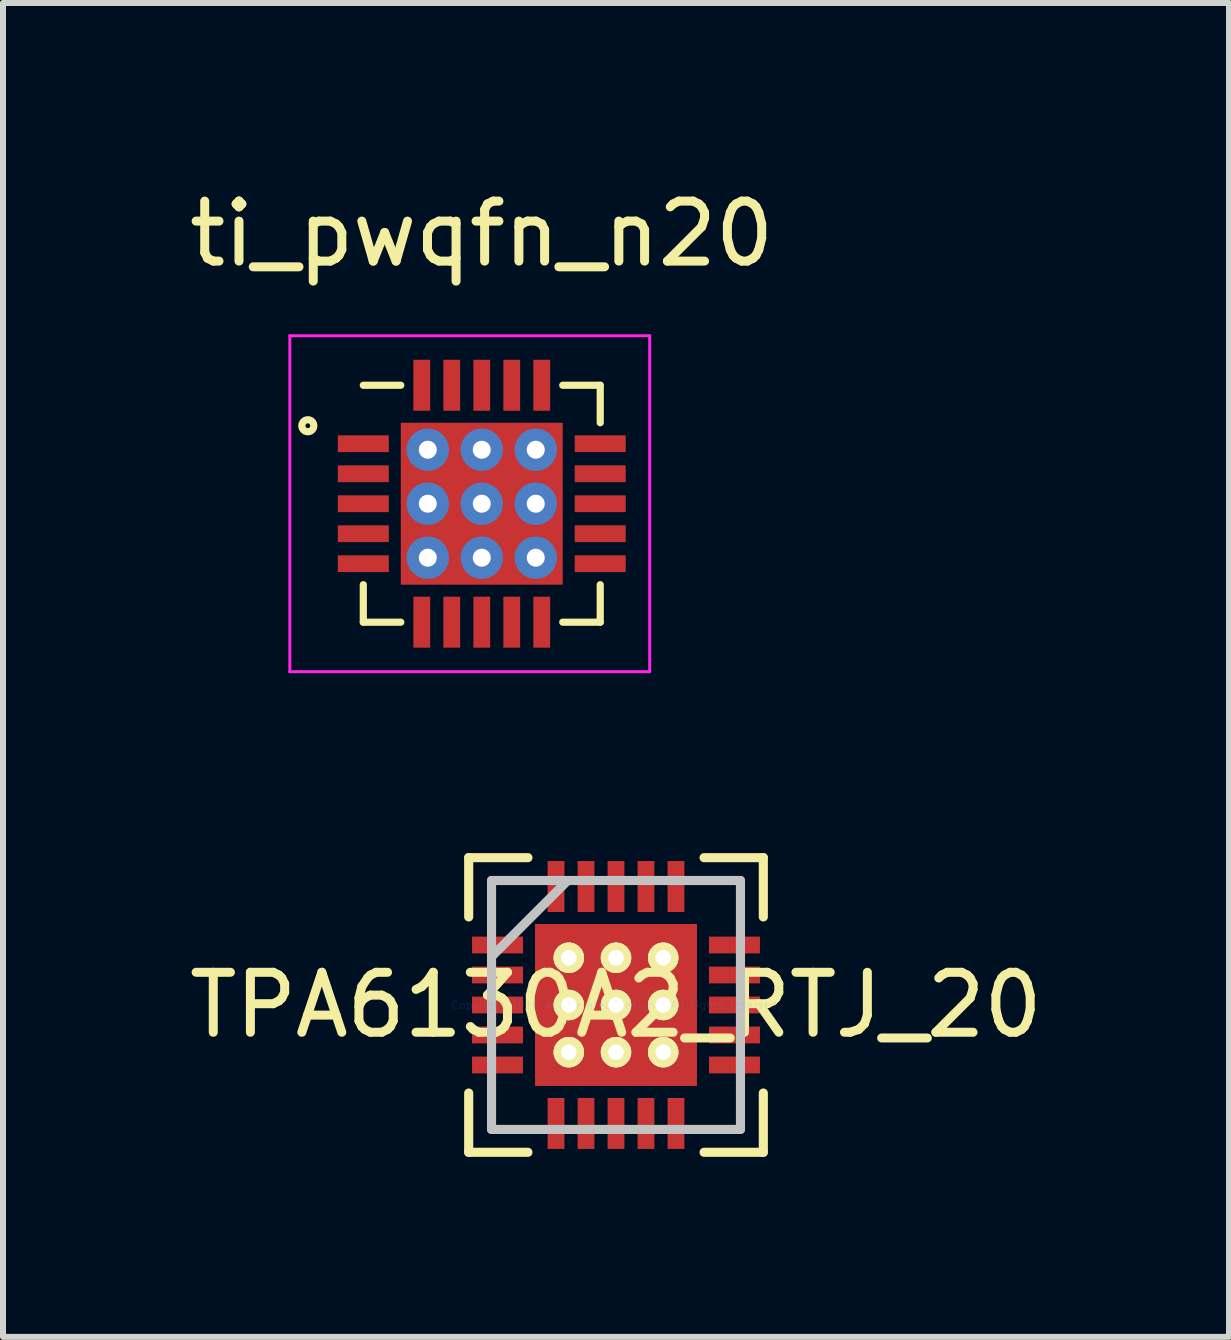
<source format=kicad_pcb>
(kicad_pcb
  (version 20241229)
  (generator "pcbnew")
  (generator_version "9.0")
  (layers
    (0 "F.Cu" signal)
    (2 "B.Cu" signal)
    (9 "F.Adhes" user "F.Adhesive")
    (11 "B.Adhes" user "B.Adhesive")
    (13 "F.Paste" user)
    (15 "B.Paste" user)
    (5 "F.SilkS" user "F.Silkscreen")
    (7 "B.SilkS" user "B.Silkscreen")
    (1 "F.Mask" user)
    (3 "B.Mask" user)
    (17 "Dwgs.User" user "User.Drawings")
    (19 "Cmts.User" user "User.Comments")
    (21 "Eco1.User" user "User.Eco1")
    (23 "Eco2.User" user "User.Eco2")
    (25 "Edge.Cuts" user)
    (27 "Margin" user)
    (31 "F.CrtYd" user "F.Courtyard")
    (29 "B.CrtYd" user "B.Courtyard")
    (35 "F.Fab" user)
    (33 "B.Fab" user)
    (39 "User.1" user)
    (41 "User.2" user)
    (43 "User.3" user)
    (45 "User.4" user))
  (footprint "TPA6130A2_RTJ_20"
    (layer "F.Cu")
    (at 7.22 13.705)
    (property "Reference" "TPA6130A2_RTJ_20" (at 0 0 0) (layer "F.SilkS") (effects (font (size 1 1) (thickness 0.15))))
    (attr through_hole)
    (fp_line (start -2.456 -2.456) (end -2.456 -1.468) (stroke (width 0.152) (type solid)) (layer "F.SilkS"))
    (fp_line (start -2.456 1.468) (end -2.456 2.456) (stroke (width 0.152) (type solid)) (layer "F.SilkS"))
    (fp_line (start -2.456 2.456) (end -1.468 2.456) (stroke (width 0.152) (type solid)) (layer "F.SilkS"))
    (fp_line (start -1.468 -2.456) (end -2.456 -2.456) (stroke (width 0.152) (type solid)) (layer "F.SilkS"))
    (fp_line (start 1.468 2.456) (end 2.456 2.456) (stroke (width 0.152) (type solid)) (layer "F.SilkS"))
    (fp_line (start 2.456 -2.456) (end 1.468 -2.456) (stroke (width 0.152) (type solid)) (layer "F.SilkS"))
    (fp_line (start 2.456 -1.468) (end 2.456 -2.456) (stroke (width 0.152) (type solid)) (layer "F.SilkS"))
    (fp_line (start 2.456 2.456) (end 2.456 1.468) (stroke (width 0.152) (type solid)) (layer "F.SilkS"))
    (fp_line (start -2.075 -2.075) (end -2.075 2.075) (stroke (width 0.152) (type solid)) (layer "Dwgs.User"))
    (fp_line (start -2.075 -0.805) (end -0.805 -2.075) (stroke (width 0.152) (type solid)) (layer "Dwgs.User"))
    (fp_line (start -2.075 2.075) (end 2.075 2.075) (stroke (width 0.152) (type solid)) (layer "Dwgs.User"))
    (fp_line (start 2.075 -2.075) (end -2.075 -2.075) (stroke (width 0.152) (type solid)) (layer "Dwgs.User"))
    (fp_line (start 2.075 2.075) (end 2.075 -2.075) (stroke (width 0.152) (type solid)) (layer "Dwgs.User"))
    (fp_text user "Copyright 2016 Accelerated Designs. All rights reserved." (at 0 0 0) (layer "Cmts.User") (effects (font (size 0.127 0.127) (thickness 0.002))))
    (pad "" smd rect (at -1.975 -1 90) (size 0.28 0.85) (layers "F.Mask"))
    (pad "" smd rect (at -1.975 -1 90) (size 0.28 0.85) (layers "F.Paste"))
    (pad "" smd rect (at -1.975 -0.5 90) (size 0.28 0.85) (layers "F.Mask"))
    (pad "" smd rect (at -1.975 -0.5 90) (size 0.28 0.85) (layers "F.Paste"))
    (pad "" smd rect (at -1.975 0 90) (size 0.28 0.85) (layers "F.Mask"))
    (pad "" smd rect (at -1.975 0 90) (size 0.28 0.85) (layers "F.Paste"))
    (pad "" smd rect (at -1.975 0.5 90) (size 0.28 0.85) (layers "F.Mask"))
    (pad "" smd rect (at -1.975 0.5 90) (size 0.28 0.85) (layers "F.Paste"))
    (pad "" smd rect (at -1.975 1 90) (size 0.28 0.85) (layers "F.Mask"))
    (pad "" smd rect (at -1.975 1 90) (size 0.28 0.85) (layers "F.Paste"))
    (pad "" smd rect (at -1 -1.975) (size 0.28 0.85) (layers "F.Mask"))
    (pad "" smd rect (at -1 -1.975) (size 0.28 0.85) (layers "F.Paste"))
    (pad "" smd rect (at -1 1.975) (size 0.28 0.85) (layers "F.Mask"))
    (pad "" smd rect (at -1 1.975) (size 0.28 0.85) (layers "F.Paste"))
    (pad "" smd rect (at -0.5 -1.975) (size 0.28 0.85) (layers "F.Mask"))
    (pad "" smd rect (at -0.5 -1.975) (size 0.28 0.85) (layers "F.Paste"))
    (pad "" smd rect (at -0.5 1.975) (size 0.28 0.85) (layers "F.Mask"))
    (pad "" smd rect (at -0.5 1.975) (size 0.28 0.85) (layers "F.Paste"))
    (pad "" smd rect (at 0 -1.975) (size 0.28 0.85) (layers "F.Mask"))
    (pad "" smd rect (at 0 -1.975) (size 0.28 0.85) (layers "F.Paste"))
    (pad "" smd rect (at 0 0) (size 0.025 0.025) (layers "F.Mask"))
    (pad "" smd rect (at 0 0) (size 0.025 0.025) (layers "F.Paste"))
    (pad "" smd rect (at 0 1.975) (size 0.28 0.85) (layers "F.Mask"))
    (pad "" smd rect (at 0 1.975) (size 0.28 0.85) (layers "F.Paste"))
    (pad "" smd rect (at 0.5 -1.975) (size 0.28 0.85) (layers "F.Mask"))
    (pad "" smd rect (at 0.5 -1.975) (size 0.28 0.85) (layers "F.Paste"))
    (pad "" smd rect (at 0.5 1.975) (size 0.28 0.85) (layers "F.Mask"))
    (pad "" smd rect (at 0.5 1.975) (size 0.28 0.85) (layers "F.Paste"))
    (pad "" smd rect (at 1 -1.975) (size 0.28 0.85) (layers "F.Mask"))
    (pad "" smd rect (at 1 -1.975) (size 0.28 0.85) (layers "F.Paste"))
    (pad "" smd rect (at 1 1.975) (size 0.28 0.85) (layers "F.Mask"))
    (pad "" smd rect (at 1 1.975) (size 0.28 0.85) (layers "F.Paste"))
    (pad "" smd rect (at 1.975 -1 90) (size 0.28 0.85) (layers "F.Mask"))
    (pad "" smd rect (at 1.975 -1 90) (size 0.28 0.85) (layers "F.Paste"))
    (pad "" smd rect (at 1.975 -0.5 90) (size 0.28 0.85) (layers "F.Mask"))
    (pad "" smd rect (at 1.975 -0.5 90) (size 0.28 0.85) (layers "F.Paste"))
    (pad "" smd rect (at 1.975 0 90) (size 0.28 0.85) (layers "F.Mask"))
    (pad "" smd rect (at 1.975 0 90) (size 0.28 0.85) (layers "F.Paste"))
    (pad "" smd rect (at 1.975 0.5 90) (size 0.28 0.85) (layers "F.Mask"))
    (pad "" smd rect (at 1.975 0.5 90) (size 0.28 0.85) (layers "F.Paste"))
    (pad "" smd rect (at 1.975 1 90) (size 0.28 0.85) (layers "F.Mask"))
    (pad "" smd rect (at 1.975 1 90) (size 0.28 0.85) (layers "F.Paste"))
    (pad "1" smd rect (at -1.975 -1 90) (size 0.28 0.85) (layers "F.Cu"))
    (pad "2" smd rect (at -1.975 -0.5 90) (size 0.28 0.85) (layers "F.Cu"))
    (pad "3" smd rect (at -1.975 0 90) (size 0.28 0.85) (layers "F.Cu"))
    (pad "4" smd rect (at -1.975 0.5 90) (size 0.28 0.85) (layers "F.Cu"))
    (pad "5" smd rect (at -1.975 1 90) (size 0.28 0.85) (layers "F.Cu"))
    (pad "6" smd rect (at -1 1.975) (size 0.28 0.85) (layers "F.Cu"))
    (pad "7" smd rect (at -0.5 1.975) (size 0.28 0.85) (layers "F.Cu"))
    (pad "8" smd rect (at 0 1.975) (size 0.28 0.85) (layers "F.Cu"))
    (pad "9" smd rect (at 0.5 1.975) (size 0.28 0.85) (layers "F.Cu"))
    (pad "10" smd rect (at 1 1.975) (size 0.28 0.85) (layers "F.Cu"))
    (pad "11" smd rect (at 1.975 1 90) (size 0.28 0.85) (layers "F.Cu"))
    (pad "12" smd rect (at 1.975 0.5 90) (size 0.28 0.85) (layers "F.Cu"))
    (pad "13" smd rect (at 1.975 0 90) (size 0.28 0.85) (layers "F.Cu"))
    (pad "14" smd rect (at 1.975 -0.5 90) (size 0.28 0.85) (layers "F.Cu"))
    (pad "15" smd rect (at 1.975 -1 90) (size 0.28 0.85) (layers "F.Cu"))
    (pad "16" smd rect (at 1 -1.975) (size 0.28 0.85) (layers "F.Cu"))
    (pad "17" smd rect (at 0.5 -1.975) (size 0.28 0.85) (layers "F.Cu"))
    (pad "18" smd rect (at 0 -1.975) (size 0.28 0.85) (layers "F.Cu"))
    (pad "19" smd rect (at -0.5 -1.975) (size 0.28 0.85) (layers "F.Cu"))
    (pad "20" smd rect (at -1 -1.975) (size 0.28 0.85) (layers "F.Cu"))
    (pad "21" smd rect (at 0 0) (size 2.7 2.7) (layers "F.Cu"))
    (pad "V" thru_hole circle (at -0.787 -0.787) (size 0.508 0.508) (drill 0.254) (layers "*.Cu" "F.SilkS"))
    (pad "V" thru_hole circle (at -0.787 -0.787) (size 0.508 0.508) (drill 0.254) (layers "*.Cu" "F.SilkS"))
    (pad "V" thru_hole circle (at -0.787 0) (size 0.508 0.508) (drill 0.254) (layers "*.Cu" "F.SilkS"))
    (pad "V" thru_hole circle (at -0.787 0) (size 0.508 0.508) (drill 0.254) (layers "*.Cu" "F.SilkS"))
    (pad "V" thru_hole circle (at -0.787 0.787) (size 0.508 0.508) (drill 0.254) (layers "*.Cu" "F.SilkS"))
    (pad "V" thru_hole circle (at -0.787 0.787) (size 0.508 0.508) (drill 0.254) (layers "*.Cu" "F.SilkS"))
    (pad "V" thru_hole circle (at 0 -0.787) (size 0.508 0.508) (drill 0.254) (layers "*.Cu" "F.SilkS"))
    (pad "V" thru_hole circle (at 0 -0.787) (size 0.508 0.508) (drill 0.254) (layers "*.Cu" "F.SilkS"))
    (pad "V" thru_hole circle (at 0 0) (size 0.508 0.508) (drill 0.254) (layers "*.Cu" "F.SilkS"))
    (pad "V" thru_hole circle (at 0 0) (size 0.508 0.508) (drill 0.254) (layers "*.Cu" "F.SilkS"))
    (pad "V" thru_hole circle (at 0 0.787) (size 0.508 0.508) (drill 0.254) (layers "*.Cu" "F.SilkS"))
    (pad "V" thru_hole circle (at 0 0.787) (size 0.508 0.508) (drill 0.254) (layers "*.Cu" "F.SilkS"))
    (pad "V" thru_hole circle (at 0.787 -0.787) (size 0.508 0.508) (drill 0.254) (layers "*.Cu" "F.SilkS"))
    (pad "V" thru_hole circle (at 0.787 -0.787) (size 0.508 0.508) (drill 0.254) (layers "*.Cu" "F.SilkS"))
    (pad "V" thru_hole circle (at 0.787 0) (size 0.508 0.508) (drill 0.254) (layers "*.Cu" "F.SilkS"))
    (pad "V" thru_hole circle (at 0.787 0) (size 0.508 0.508) (drill 0.254) (layers "*.Cu" "F.SilkS"))
    (pad "V" thru_hole circle (at 0.787 0.787) (size 0.508 0.508) (drill 0.254) (layers "*.Cu" "F.SilkS"))
    (pad "V" thru_hole circle (at 0.787 0.787) (size 0.508 0.508) (drill 0.254) (layers "*.Cu" "F.SilkS")))
  (footprint "ti_pwqfn_n20"
    (layer "F.Cu")
    (at 4.982 5.348)
    (property "Reference" "ti_pwqfn_n20" (at 0 -4.5 0) (layer "F.SilkS") (effects (font (size 1 1) (thickness 0.15))))
    (attr through_hole)
    (fp_line (start -1.975 1.35) (end -1.975 1.975) (stroke (width 0.12) (type solid)) (layer "F.SilkS"))
    (fp_line (start -1.975 1.975) (end -1.35 1.975) (stroke (width 0.12) (type solid)) (layer "F.SilkS"))
    (fp_line (start -1.35 -1.975) (end -1.975 -1.975) (stroke (width 0.12) (type solid)) (layer "F.SilkS"))
    (fp_line (start 1.35 1.975) (end 1.975 1.975) (stroke (width 0.12) (type solid)) (layer "F.SilkS"))
    (fp_line (start 1.975 -1.975) (end 1.35 -1.975) (stroke (width 0.12) (type solid)) (layer "F.SilkS"))
    (fp_line (start 1.975 -1.35) (end 1.975 -1.975) (stroke (width 0.12) (type solid)) (layer "F.SilkS"))
    (fp_line (start 1.975 1.975) (end 1.975 1.35) (stroke (width 0.12) (type solid)) (layer "F.SilkS"))
    (fp_circle (center -2.9 -1.3) (end -2.8 -1.3) (stroke (width 0.12) (type solid)) (fill no) (layer "F.SilkS"))
    (fp_line (start -3.2 -2.8) (end -3.2 2.8) (stroke (width 0.05) (type solid)) (layer "F.CrtYd"))
    (fp_line (start -3.2 2.8) (end 2.8 2.8) (stroke (width 0.05) (type solid)) (layer "F.CrtYd"))
    (fp_line (start 2.8 -2.8) (end -3.2 -2.8) (stroke (width 0.05) (type solid)) (layer "F.CrtYd"))
    (fp_line (start 2.8 2.8) (end 2.8 -2.8) (stroke (width 0.05) (type solid)) (layer "F.CrtYd"))
    (pad "" thru_hole circle (at -0.9 -0.9) (size 0.706 0.706) (drill 0.3) (layers "*.Cu" "*.Mask"))
    (pad "" thru_hole circle (at -0.9 0) (size 0.706 0.706) (drill 0.3) (layers "*.Cu" "*.Mask"))
    (pad "" thru_hole circle (at -0.9 0.9) (size 0.706 0.706) (drill 0.3) (layers "*.Cu" "*.Mask"))
    (pad "" thru_hole circle (at 0 -0.9) (size 0.706 0.706) (drill 0.3) (layers "*.Cu" "*.Mask"))
    (pad "" thru_hole circle (at 0 0) (size 0.706 0.706) (drill 0.3) (layers "*.Cu" "*.Mask"))
    (pad "" thru_hole circle (at 0 0.9) (size 0.706 0.706) (drill 0.3) (layers "*.Cu" "*.Mask"))
    (pad "" thru_hole circle (at 0.9 -0.9) (size 0.706 0.706) (drill 0.3) (layers "*.Cu" "*.Mask"))
    (pad "" thru_hole circle (at 0.9 0) (size 0.706 0.706) (drill 0.3) (layers "*.Cu" "*.Mask"))
    (pad "" thru_hole circle (at 0.9 0.9) (size 0.706 0.706) (drill 0.3) (layers "*.Cu" "*.Mask"))
    (pad "1" smd rect (at -1.975 -1 90) (size 0.28 0.85) (layers "F.Cu" "F.Mask" "F.Paste"))
    (pad "2" smd rect (at -1.975 -0.5 90) (size 0.28 0.85) (layers "F.Cu" "F.Mask" "F.Paste"))
    (pad "3" smd rect (at -1.975 0 90) (size 0.28 0.85) (layers "F.Cu" "F.Mask" "F.Paste"))
    (pad "4" smd rect (at -1.975 0.5 90) (size 0.28 0.85) (layers "F.Cu" "F.Mask" "F.Paste"))
    (pad "5" smd rect (at -1.975 1 90) (size 0.28 0.85) (layers "F.Cu" "F.Mask" "F.Paste"))
    (pad "6" smd rect (at -1 1.975) (size 0.28 0.85) (layers "F.Cu" "F.Mask" "F.Paste"))
    (pad "7" smd rect (at -0.5 1.975) (size 0.28 0.85) (layers "F.Cu" "F.Mask" "F.Paste"))
    (pad "8" smd rect (at 0 1.975) (size 0.28 0.85) (layers "F.Cu" "F.Mask" "F.Paste"))
    (pad "9" smd rect (at 0.5 1.975) (size 0.28 0.85) (layers "F.Cu" "F.Mask" "F.Paste"))
    (pad "10" smd rect (at 1 1.975) (size 0.28 0.85) (layers "F.Cu" "F.Mask" "F.Paste"))
    (pad "11" smd rect (at 1.975 1 90) (size 0.28 0.85) (layers "F.Cu" "F.Mask" "F.Paste"))
    (pad "12" smd rect (at 1.975 0.5 90) (size 0.28 0.85) (layers "F.Cu" "F.Mask" "F.Paste"))
    (pad "13" smd rect (at 1.975 0 90) (size 0.28 0.85) (layers "F.Cu" "F.Mask" "F.Paste"))
    (pad "14" smd rect (at 1.975 -0.5 90) (size 0.28 0.85) (layers "F.Cu" "F.Mask" "F.Paste"))
    (pad "15" smd rect (at 1.975 -1 90) (size 0.28 0.85) (layers "F.Cu" "F.Mask" "F.Paste"))
    (pad "16" smd rect (at 1 -1.975) (size 0.28 0.85) (layers "F.Cu" "F.Mask" "F.Paste"))
    (pad "17" smd rect (at 0.5 -1.975) (size 0.28 0.85) (layers "F.Cu" "F.Mask" "F.Paste"))
    (pad "18" smd rect (at 0 -1.975) (size 0.28 0.85) (layers "F.Cu" "F.Mask" "F.Paste"))
    (pad "19" smd rect (at -0.5 -1.975) (size 0.28 0.85) (layers "F.Cu" "F.Mask" "F.Paste"))
    (pad "20" smd rect (at -1 -1.975) (size 0.28 0.85) (layers "F.Cu" "F.Mask" "F.Paste"))
    (pad "21" smd rect (at 0 0) (size 2.7 2.7) (layers "F.Cu" "F.Mask" "F.Paste")))
  (gr_rect
    (start -3 -3)
    (end 17.44 19.238)
    (stroke (width 0.1) (type default))
    (fill no)
    (layer "Edge.Cuts")))
</source>
